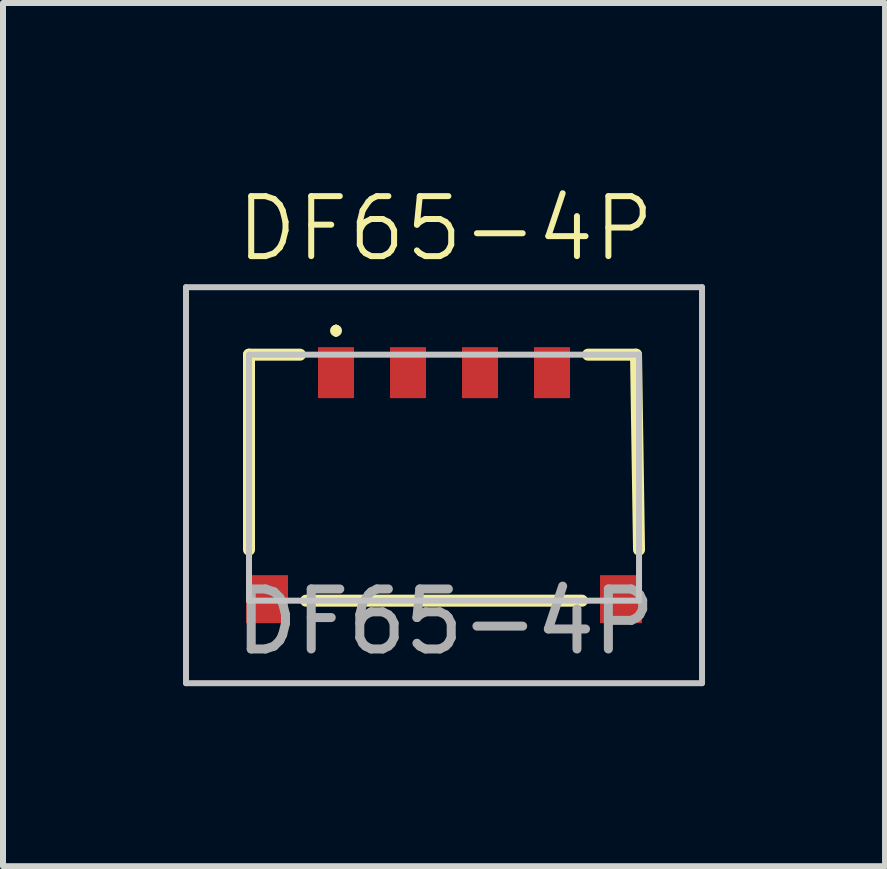
<source format=kicad_pcb>
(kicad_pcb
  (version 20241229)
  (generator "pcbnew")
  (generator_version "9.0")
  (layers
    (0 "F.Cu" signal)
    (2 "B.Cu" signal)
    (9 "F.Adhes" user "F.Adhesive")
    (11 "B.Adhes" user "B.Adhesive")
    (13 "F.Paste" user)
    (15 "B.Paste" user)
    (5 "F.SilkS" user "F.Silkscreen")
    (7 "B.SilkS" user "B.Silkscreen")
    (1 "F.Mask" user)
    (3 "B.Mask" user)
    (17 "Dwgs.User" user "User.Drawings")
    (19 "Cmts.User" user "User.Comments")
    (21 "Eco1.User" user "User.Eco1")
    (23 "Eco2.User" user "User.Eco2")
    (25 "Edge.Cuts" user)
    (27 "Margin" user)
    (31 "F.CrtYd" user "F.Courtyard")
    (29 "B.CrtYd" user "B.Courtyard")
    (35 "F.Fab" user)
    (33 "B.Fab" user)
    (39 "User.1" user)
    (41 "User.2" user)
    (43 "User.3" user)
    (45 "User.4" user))
  (footprint "DF65-4P"
    (layer "F.Cu")
    (at 4.375 4.811)
    (property "Reference" "DF65-4P" (at 0 -4.05 0) (unlocked yes) (layer "F.SilkS") (effects (font (size 1 1) (thickness 0.1))))
    (attr smd)
    (fp_line (start -3.275 -1.95) (end -3.275 1.3) (stroke (width 0.2) (type solid)) (layer "F.SilkS"))
    (fp_line (start -2.425 -1.95) (end -3.275 -1.95) (stroke (width 0.2) (type solid)) (layer "F.SilkS"))
    (fp_line (start -2.325 2.15) (end 2.275 2.15) (stroke (width 0.2) (type solid)) (layer "F.SilkS"))
    (fp_line (start -1.825 -2.4) (end -1.825 -2.4) (stroke (width 0.1) (type solid)) (layer "F.SilkS"))
    (fp_line (start -1.825 -2.3) (end -1.825 -2.3) (stroke (width 0.1) (type solid)) (layer "F.SilkS"))
    (fp_line (start 2.375 -1.95) (end 3.175 -1.95) (stroke (width 0.2) (type solid)) (layer "F.SilkS"))
    (fp_line (start 3.175 -1.95) (end 3.225 1.3) (stroke (width 0.2) (type solid)) (layer "F.SilkS"))
    (fp_arc (start -1.825 -2.399999) (mid -1.775 -2.349999) (end -1.825 -2.299999) (stroke (width 0.1) (type solid)) (layer "F.SilkS"))
    (fp_arc (start -1.825 -2.299999) (mid -1.875 -2.349999) (end -1.825 -2.399999) (stroke (width 0.1) (type solid)) (layer "F.SilkS"))
    (fp_line (start -4.325 -3.075) (end 4.275 -3.075) (stroke (width 0.1) (type solid)) (layer "Dwgs.User"))
    (fp_line (start -4.325 3.525) (end -4.325 -3.075) (stroke (width 0.1) (type solid)) (layer "Dwgs.User"))
    (fp_line (start -3.275 -1.95) (end 3.225 -1.95) (stroke (width 0.1) (type solid)) (layer "Dwgs.User"))
    (fp_line (start -3.275 2.15) (end -3.275 -1.95) (stroke (width 0.1) (type solid)) (layer "Dwgs.User"))
    (fp_line (start 3.225 -1.95) (end 3.225 2.15) (stroke (width 0.1) (type solid)) (layer "Dwgs.User"))
    (fp_line (start 3.225 2.15) (end -3.275 2.15) (stroke (width 0.1) (type solid)) (layer "Dwgs.User"))
    (fp_line (start 4.275 -3.075) (end 4.275 3.525) (stroke (width 0.1) (type solid)) (layer "Dwgs.User"))
    (fp_line (start 4.275 3.525) (end -4.325 3.525) (stroke (width 0.1) (type solid)) (layer "Dwgs.User"))
    (fp_text user "${REFERENCE}" (at 0 2.5 0) (unlocked yes) (layer "F.Fab") (effects (font (size 1 1) (thickness 0.15))))
    (pad "1" smd rect (at -1.825 -1.65) (size 0.6 0.85) (layers "F.Cu" "F.Mask" "F.Paste"))
    (pad "2" smd rect (at -0.625 -1.65) (size 0.6 0.85) (layers "F.Cu" "F.Mask" "F.Paste"))
    (pad "3" smd rect (at 0.575 -1.65) (size 0.6 0.85) (layers "F.Cu" "F.Mask" "F.Paste"))
    (pad "4" smd rect (at 1.775 -1.65) (size 0.6 0.85) (layers "F.Cu" "F.Mask" "F.Paste"))
    (pad "MP1" smd rect (at -2.975 2.125) (size 0.7 0.8) (layers "F.Cu" "F.Mask" "F.Paste"))
    (pad "MP2" smd rect (at 2.925 2.125) (size 0.7 0.8) (layers "F.Cu" "F.Mask" "F.Paste")))
  (gr_rect
    (start -3 -3)
    (end 11.7 11.386)
    (stroke (width 0.1) (type default))
    (fill no)
    (layer "Edge.Cuts")))
</source>
